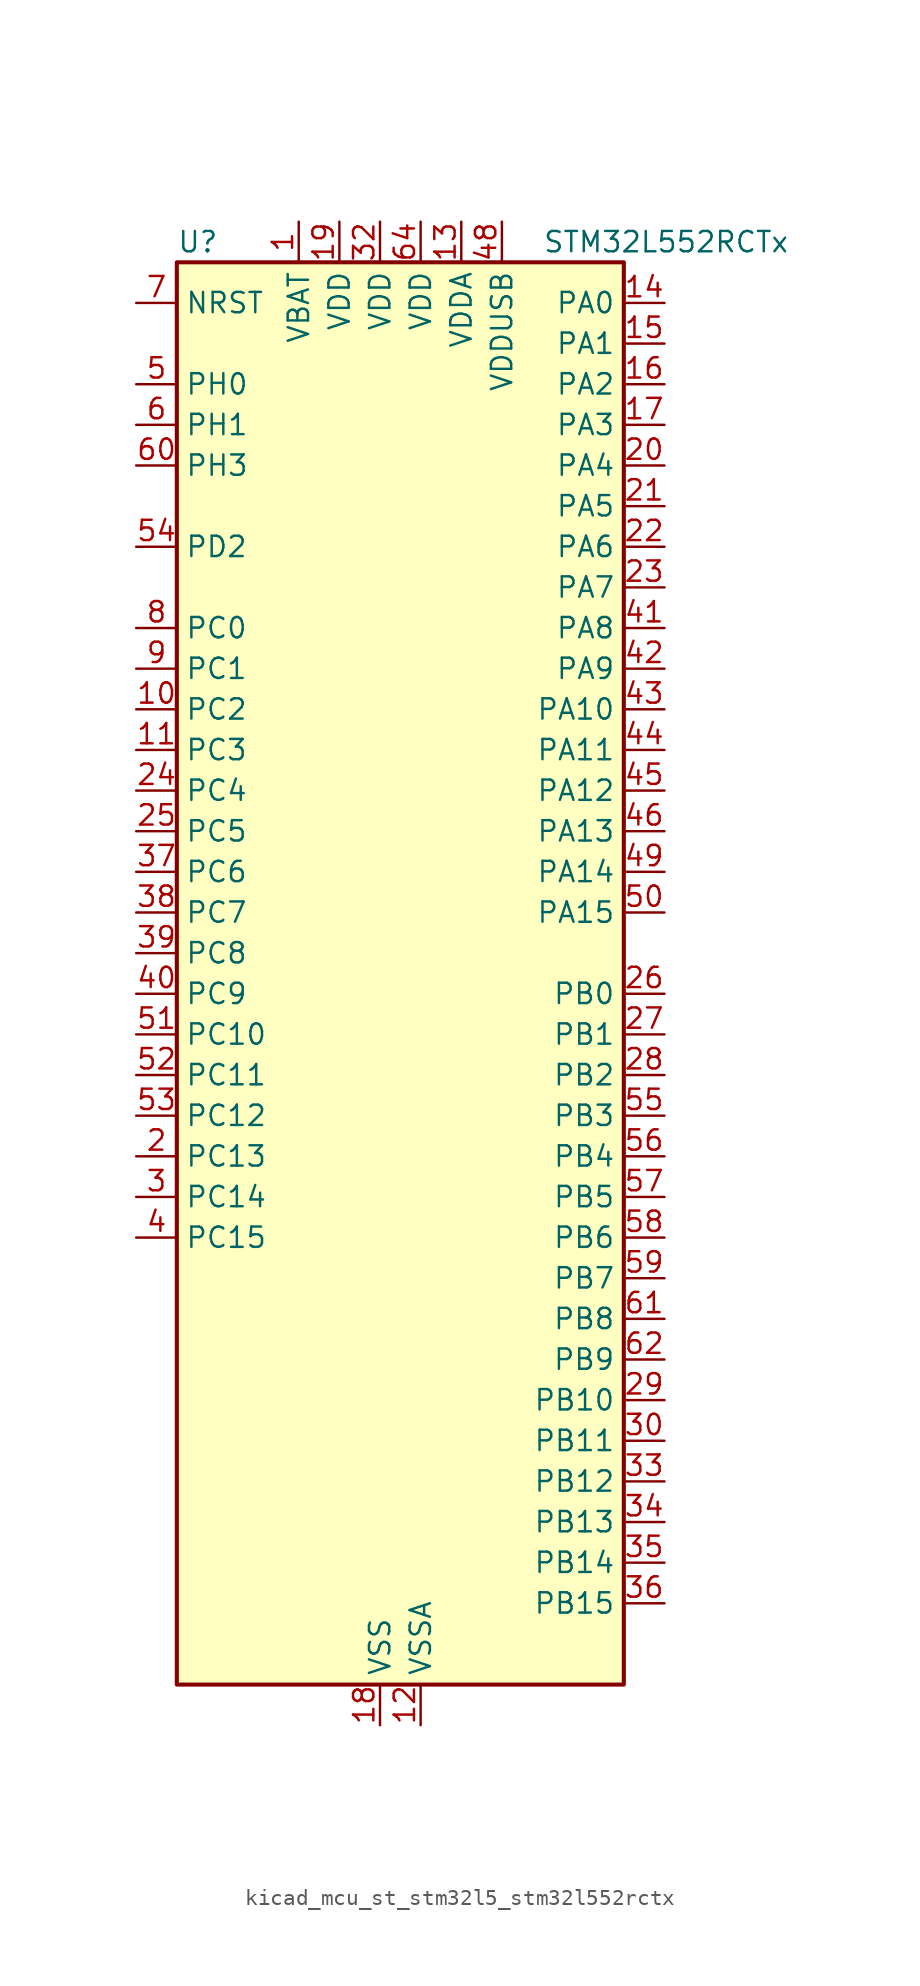
<source format=kicad_sym>
(kicad_symbol_lib
  (version 20220914)
  (generator kicad_symbol_editor)
  (symbol "kicad_mcu_st_stm32l5_stm32l552rctx"
    (property "Reference" "U"
      (at -12.7 46.99 0)
      (effects (font (size 1.27 1.27)) (justify left)))
    (property "Value" "STM32L552RCTx"
      (at 10.16 46.99 0)
      (effects (font (size 1.27 1.27)) (justify left)))
    (property "ki_locked" ""
      (at 0 0 0)
      (effects (font (size 1.27 1.27))))
    (symbol "kicad_mcu_st_stm32l5_stm32l552rctx_0_1"
      (rectangle (start -12.7 -43.18) (end 15.24 45.72) (stroke (width 0.254) (type default)) (fill (type background))))
    (symbol "kicad_mcu_st_stm32l5_stm32l552rctx_1_1"
      (pin power_in line (at -5.08 48.26 270) (length 2.54) (name "VBAT" (effects (font (size 1.27 1.27)))) (number "1" (effects (font (size 1.27 1.27)))))
      (pin bidirectional line (at -15.24 17.78 0) (length 2.54) (name "PC2" (effects (font (size 1.27 1.27)))) (number "10" (effects (font (size 1.27 1.27)))) (alternate "ADC1_IN3" bidirectional line) (alternate "ADC2_IN3" bidirectional line) (alternate "DFSDM1_CKOUT" bidirectional line) (alternate "LPTIM1_IN2" bidirectional line) (alternate "OCTOSPI1_IO5" bidirectional line) (alternate "SPI2_MISO" bidirectional line))
      (pin bidirectional line (at -15.24 15.24 0) (length 2.54) (name "PC3" (effects (font (size 1.27 1.27)))) (number "11" (effects (font (size 1.27 1.27)))) (alternate "ADC1_IN4" bidirectional line) (alternate "ADC2_IN4" bidirectional line) (alternate "LPTIM1_ETR" bidirectional line) (alternate "LPTIM2_ETR" bidirectional line) (alternate "LPTIM3_OUT" bidirectional line) (alternate "OCTOSPI1_IO6" bidirectional line) (alternate "SAI1_D1" bidirectional line) (alternate "SAI1_SD_A" bidirectional line) (alternate "SPI2_MOSI" bidirectional line))
      (pin power_in line (at 2.54 -45.72 90) (length 2.54) (name "VSSA" (effects (font (size 1.27 1.27)))) (number "12" (effects (font (size 1.27 1.27)))))
      (pin power_in line (at 5.08 48.26 270) (length 2.54) (name "VDDA" (effects (font (size 1.27 1.27)))) (number "13" (effects (font (size 1.27 1.27)))))
      (pin bidirectional line (at 17.78 43.18 180) (length 2.54) (name "PA0" (effects (font (size 1.27 1.27)))) (number "14" (effects (font (size 1.27 1.27)))) (alternate "ADC1_IN5" bidirectional line) (alternate "ADC2_IN5" bidirectional line) (alternate "OPAMP1_VINP" bidirectional line) (alternate "PWR_WKUP1" bidirectional line) (alternate "SAI1_EXTCLK" bidirectional line) (alternate "TAMP_IN2" bidirectional line) (alternate "TAMP_OUT1" bidirectional line) (alternate "TIM2_CH1" bidirectional line) (alternate "TIM2_ETR" bidirectional line) (alternate "TIM5_CH1" bidirectional line) (alternate "TIM8_ETR" bidirectional line) (alternate "UART4_TX" bidirectional line) (alternate "USART2_CTS" bidirectional line) (alternate "USART2_NSS" bidirectional line))
      (pin bidirectional line (at 17.78 40.64 180) (length 2.54) (name "PA1" (effects (font (size 1.27 1.27)))) (number "15" (effects (font (size 1.27 1.27)))) (alternate "ADC1_IN6" bidirectional line) (alternate "ADC2_IN6" bidirectional line) (alternate "I2C1_SMBA" bidirectional line) (alternate "OCTOSPI1_DQS" bidirectional line) (alternate "OPAMP1_VINM" bidirectional line) (alternate "SPI1_SCK" bidirectional line) (alternate "TAMP_IN5" bidirectional line) (alternate "TAMP_OUT4" bidirectional line) (alternate "TIM15_CH1N" bidirectional line) (alternate "TIM2_CH2" bidirectional line) (alternate "TIM5_CH2" bidirectional line) (alternate "UART4_RX" bidirectional line) (alternate "USART2_DE" bidirectional line) (alternate "USART2_RTS" bidirectional line))
      (pin bidirectional line (at 17.78 38.1 180) (length 2.54) (name "PA2" (effects (font (size 1.27 1.27)))) (number "16" (effects (font (size 1.27 1.27)))) (alternate "ADC1_IN7" bidirectional line) (alternate "ADC2_IN7" bidirectional line) (alternate "COMP1_INP" bidirectional line) (alternate "LPUART1_TX" bidirectional line) (alternate "OCTOSPI1_NCS" bidirectional line) (alternate "PWR_WKUP4" bidirectional line) (alternate "RCC_LSCO" bidirectional line) (alternate "SAI2_EXTCLK" bidirectional line) (alternate "TIM15_CH1" bidirectional line) (alternate "TIM2_CH3" bidirectional line) (alternate "TIM5_CH3" bidirectional line) (alternate "UCPD1_FRSTX1" bidirectional line) (alternate "USART2_TX" bidirectional line))
      (pin bidirectional line (at 17.78 35.56 180) (length 2.54) (name "PA3" (effects (font (size 1.27 1.27)))) (number "17" (effects (font (size 1.27 1.27)))) (alternate "ADC1_IN8" bidirectional line) (alternate "ADC2_IN8" bidirectional line) (alternate "LPUART1_RX" bidirectional line) (alternate "OCTOSPI1_CLK" bidirectional line) (alternate "OPAMP1_VOUT" bidirectional line) (alternate "SAI1_CK1" bidirectional line) (alternate "SAI1_MCLK_A" bidirectional line) (alternate "TIM15_CH2" bidirectional line) (alternate "TIM2_CH4" bidirectional line) (alternate "TIM5_CH4" bidirectional line) (alternate "USART2_RX" bidirectional line))
      (pin power_in line (at 0 -45.72 90) (length 2.54) (name "VSS" (effects (font (size 1.27 1.27)))) (number "18" (effects (font (size 1.27 1.27)))))
      (pin power_in line (at -2.54 48.26 270) (length 2.54) (name "VDD" (effects (font (size 1.27 1.27)))) (number "19" (effects (font (size 1.27 1.27)))))
      (pin bidirectional line (at -15.24 -10.16 0) (length 2.54) (name "PC13" (effects (font (size 1.27 1.27)))) (number "2" (effects (font (size 1.27 1.27)))) (alternate "PWR_WKUP2" bidirectional line) (alternate "RTC_OUT1" bidirectional line) (alternate "RTC_TS" bidirectional line) (alternate "TAMP_IN1" bidirectional line) (alternate "TAMP_OUT2" bidirectional line))
      (pin bidirectional line (at 17.78 33.02 180) (length 2.54) (name "PA4" (effects (font (size 1.27 1.27)))) (number "20" (effects (font (size 1.27 1.27)))) (alternate "ADC1_IN9" bidirectional line) (alternate "ADC2_IN9" bidirectional line) (alternate "DAC1_OUT1" bidirectional line) (alternate "LPTIM2_OUT" bidirectional line) (alternate "OCTOSPI1_NCS" bidirectional line) (alternate "SAI1_FS_B" bidirectional line) (alternate "SPI1_NSS" bidirectional line) (alternate "SPI3_NSS" bidirectional line) (alternate "USART2_CK" bidirectional line))
      (pin bidirectional line (at 17.78 30.48 180) (length 2.54) (name "PA5" (effects (font (size 1.27 1.27)))) (number "21" (effects (font (size 1.27 1.27)))) (alternate "ADC1_IN10" bidirectional line) (alternate "ADC2_IN10" bidirectional line) (alternate "DAC1_OUT2" bidirectional line) (alternate "LPTIM2_ETR" bidirectional line) (alternate "SPI1_SCK" bidirectional line) (alternate "TIM2_CH1" bidirectional line) (alternate "TIM2_ETR" bidirectional line) (alternate "TIM8_CH1N" bidirectional line))
      (pin bidirectional line (at 17.78 27.94 180) (length 2.54) (name "PA6" (effects (font (size 1.27 1.27)))) (number "22" (effects (font (size 1.27 1.27)))) (alternate "ADC1_IN11" bidirectional line) (alternate "ADC2_IN11" bidirectional line) (alternate "LPUART1_CTS" bidirectional line) (alternate "OCTOSPI1_IO3" bidirectional line) (alternate "OPAMP2_VINP" bidirectional line) (alternate "SPI1_MISO" bidirectional line) (alternate "TIM16_CH1" bidirectional line) (alternate "TIM1_BKIN" bidirectional line) (alternate "TIM3_CH1" bidirectional line) (alternate "TIM8_BKIN" bidirectional line) (alternate "USART3_CTS" bidirectional line) (alternate "USART3_NSS" bidirectional line))
      (pin bidirectional line (at 17.78 25.4 180) (length 2.54) (name "PA7" (effects (font (size 1.27 1.27)))) (number "23" (effects (font (size 1.27 1.27)))) (alternate "ADC1_IN12" bidirectional line) (alternate "ADC2_IN12" bidirectional line) (alternate "I2C3_SCL" bidirectional line) (alternate "OCTOSPI1_IO2" bidirectional line) (alternate "OPAMP2_VINM" bidirectional line) (alternate "SPI1_MOSI" bidirectional line) (alternate "TIM17_CH1" bidirectional line) (alternate "TIM1_CH1N" bidirectional line) (alternate "TIM3_CH2" bidirectional line) (alternate "TIM8_CH1N" bidirectional line))
      (pin bidirectional line (at -15.24 12.7 0) (length 2.54) (name "PC4" (effects (font (size 1.27 1.27)))) (number "24" (effects (font (size 1.27 1.27)))) (alternate "ADC1_IN13" bidirectional line) (alternate "ADC2_IN13" bidirectional line) (alternate "COMP1_INM" bidirectional line) (alternate "OCTOSPI1_IO7" bidirectional line) (alternate "USART3_TX" bidirectional line))
      (pin bidirectional line (at -15.24 10.16 0) (length 2.54) (name "PC5" (effects (font (size 1.27 1.27)))) (number "25" (effects (font (size 1.27 1.27)))) (alternate "ADC1_IN14" bidirectional line) (alternate "ADC2_IN14" bidirectional line) (alternate "COMP1_INP" bidirectional line) (alternate "PWR_WKUP5" bidirectional line) (alternate "SAI1_D3" bidirectional line) (alternate "TAMP_IN4" bidirectional line) (alternate "TAMP_OUT5" bidirectional line) (alternate "USART3_RX" bidirectional line))
      (pin bidirectional line (at 17.78 0 180) (length 2.54) (name "PB0" (effects (font (size 1.27 1.27)))) (number "26" (effects (font (size 1.27 1.27)))) (alternate "ADC1_IN15" bidirectional line) (alternate "ADC2_IN15" bidirectional line) (alternate "COMP1_OUT" bidirectional line) (alternate "OCTOSPI1_IO1" bidirectional line) (alternate "OPAMP2_VOUT" bidirectional line) (alternate "SAI1_EXTCLK" bidirectional line) (alternate "SPI1_NSS" bidirectional line) (alternate "TIM1_CH2N" bidirectional line) (alternate "TIM3_CH3" bidirectional line) (alternate "TIM8_CH2N" bidirectional line) (alternate "USART3_CK" bidirectional line))
      (pin bidirectional line (at 17.78 -2.54 180) (length 2.54) (name "PB1" (effects (font (size 1.27 1.27)))) (number "27" (effects (font (size 1.27 1.27)))) (alternate "ADC1_IN16" bidirectional line) (alternate "ADC2_IN16" bidirectional line) (alternate "COMP1_INM" bidirectional line) (alternate "DFSDM1_DATIN0" bidirectional line) (alternate "LPTIM2_IN1" bidirectional line) (alternate "LPUART1_DE" bidirectional line) (alternate "LPUART1_RTS" bidirectional line) (alternate "OCTOSPI1_IO0" bidirectional line) (alternate "TIM1_CH3N" bidirectional line) (alternate "TIM3_CH4" bidirectional line) (alternate "TIM8_CH3N" bidirectional line) (alternate "USART3_DE" bidirectional line) (alternate "USART3_RTS" bidirectional line))
      (pin bidirectional line (at 17.78 -5.08 180) (length 2.54) (name "PB2" (effects (font (size 1.27 1.27)))) (number "28" (effects (font (size 1.27 1.27)))) (alternate "COMP1_INP" bidirectional line) (alternate "DFSDM1_CKIN0" bidirectional line) (alternate "I2C3_SMBA" bidirectional line) (alternate "LPTIM1_OUT" bidirectional line) (alternate "OCTOSPI1_DQS" bidirectional line) (alternate "RTC_OUT2" bidirectional line) (alternate "UCPD1_FRSTX1" bidirectional line))
      (pin bidirectional line (at 17.78 -25.4 180) (length 2.54) (name "PB10" (effects (font (size 1.27 1.27)))) (number "29" (effects (font (size 1.27 1.27)))) (alternate "COMP1_OUT" bidirectional line) (alternate "I2C2_SCL" bidirectional line) (alternate "I2C4_SCL" bidirectional line) (alternate "LPTIM3_OUT" bidirectional line) (alternate "LPUART1_RX" bidirectional line) (alternate "OCTOSPI1_CLK" bidirectional line) (alternate "SAI1_SCK_A" bidirectional line) (alternate "SPI2_SCK" bidirectional line) (alternate "TIM2_CH3" bidirectional line) (alternate "TSC_SYNC" bidirectional line) (alternate "USART3_TX" bidirectional line))
      (pin bidirectional line (at -15.24 -12.7 0) (length 2.54) (name "PC14" (effects (font (size 1.27 1.27)))) (number "3" (effects (font (size 1.27 1.27)))) (alternate "RCC_OSC32_IN" bidirectional line))
      (pin bidirectional line (at 17.78 -27.94 180) (length 2.54) (name "PB11" (effects (font (size 1.27 1.27)))) (number "30" (effects (font (size 1.27 1.27)))) (alternate "ADC1_EXTI11" bidirectional line) (alternate "ADC2_EXTI11" bidirectional line) (alternate "COMP2_OUT" bidirectional line) (alternate "I2C2_SDA" bidirectional line) (alternate "I2C4_SDA" bidirectional line) (alternate "LPUART1_TX" bidirectional line) (alternate "OCTOSPI1_NCS" bidirectional line) (alternate "TIM2_CH4" bidirectional line) (alternate "USART3_RX" bidirectional line))
      (pin passive line (at 0 -45.72 90) (length 2.54) hide (name "VSS" (effects (font (size 1.27 1.27)))) (number "31" (effects (font (size 1.27 1.27)))))
      (pin power_in line (at 0 48.26 270) (length 2.54) (name "VDD" (effects (font (size 1.27 1.27)))) (number "32" (effects (font (size 1.27 1.27)))))
      (pin bidirectional line (at 17.78 -30.48 180) (length 2.54) (name "PB12" (effects (font (size 1.27 1.27)))) (number "33" (effects (font (size 1.27 1.27)))) (alternate "DFSDM1_DATIN1" bidirectional line) (alternate "I2C2_SMBA" bidirectional line) (alternate "LPUART1_DE" bidirectional line) (alternate "LPUART1_RTS" bidirectional line) (alternate "OCTOSPI1_NCLK" bidirectional line) (alternate "SAI2_FS_A" bidirectional line) (alternate "SPI2_NSS" bidirectional line) (alternate "TIM15_BKIN" bidirectional line) (alternate "TIM1_BKIN" bidirectional line) (alternate "TSC_G1_IO1" bidirectional line) (alternate "USART3_CK" bidirectional line))
      (pin bidirectional line (at 17.78 -33.02 180) (length 2.54) (name "PB13" (effects (font (size 1.27 1.27)))) (number "34" (effects (font (size 1.27 1.27)))) (alternate "DFSDM1_CKIN1" bidirectional line) (alternate "I2C2_SCL" bidirectional line) (alternate "LPTIM3_IN1" bidirectional line) (alternate "LPUART1_CTS" bidirectional line) (alternate "SAI2_SCK_A" bidirectional line) (alternate "SPI2_SCK" bidirectional line) (alternate "TIM15_CH1N" bidirectional line) (alternate "TIM1_CH1N" bidirectional line) (alternate "TSC_G1_IO2" bidirectional line) (alternate "UCPD1_FRSTX2" bidirectional line) (alternate "USART3_CTS" bidirectional line) (alternate "USART3_NSS" bidirectional line))
      (pin bidirectional line (at 17.78 -35.56 180) (length 2.54) (name "PB14" (effects (font (size 1.27 1.27)))) (number "35" (effects (font (size 1.27 1.27)))) (alternate "DFSDM1_DATIN2" bidirectional line) (alternate "I2C2_SDA" bidirectional line) (alternate "LPTIM3_ETR" bidirectional line) (alternate "SAI2_MCLK_A" bidirectional line) (alternate "SPI2_MISO" bidirectional line) (alternate "TIM15_CH1" bidirectional line) (alternate "TIM1_CH2N" bidirectional line) (alternate "TIM8_CH2N" bidirectional line) (alternate "TSC_G1_IO3" bidirectional line) (alternate "UCPD1_DBCC2" bidirectional line) (alternate "USART3_DE" bidirectional line) (alternate "USART3_RTS" bidirectional line))
      (pin bidirectional line (at 17.78 -38.1 180) (length 2.54) (name "PB15" (effects (font (size 1.27 1.27)))) (number "36" (effects (font (size 1.27 1.27)))) (alternate "ADC1_EXTI15" bidirectional line) (alternate "ADC2_EXTI15" bidirectional line) (alternate "DFSDM1_CKIN2" bidirectional line) (alternate "RTC_REFIN" bidirectional line) (alternate "SAI2_SD_A" bidirectional line) (alternate "SPI2_MOSI" bidirectional line) (alternate "TIM15_CH2" bidirectional line) (alternate "TIM1_CH3N" bidirectional line) (alternate "TIM8_CH3N" bidirectional line) (alternate "UCPD1_CC2" bidirectional line))
      (pin bidirectional line (at -15.24 7.62 0) (length 2.54) (name "PC6" (effects (font (size 1.27 1.27)))) (number "37" (effects (font (size 1.27 1.27)))) (alternate "DFSDM1_CKIN3" bidirectional line) (alternate "SAI2_MCLK_A" bidirectional line) (alternate "SDMMC1_D0DIR" bidirectional line) (alternate "SDMMC1_D6" bidirectional line) (alternate "TIM3_CH1" bidirectional line) (alternate "TIM8_CH1" bidirectional line) (alternate "TSC_G4_IO1" bidirectional line))
      (pin bidirectional line (at -15.24 5.08 0) (length 2.54) (name "PC7" (effects (font (size 1.27 1.27)))) (number "38" (effects (font (size 1.27 1.27)))) (alternate "DFSDM1_DATIN3" bidirectional line) (alternate "SAI2_MCLK_B" bidirectional line) (alternate "SDMMC1_D123DIR" bidirectional line) (alternate "SDMMC1_D7" bidirectional line) (alternate "TIM3_CH2" bidirectional line) (alternate "TIM8_CH2" bidirectional line) (alternate "TSC_G4_IO2" bidirectional line))
      (pin bidirectional line (at -15.24 2.54 0) (length 2.54) (name "PC8" (effects (font (size 1.27 1.27)))) (number "39" (effects (font (size 1.27 1.27)))) (alternate "SDMMC1_D0" bidirectional line) (alternate "TIM3_CH3" bidirectional line) (alternate "TIM8_CH3" bidirectional line) (alternate "TSC_G4_IO3" bidirectional line))
      (pin bidirectional line (at -15.24 -15.24 0) (length 2.54) (name "PC15" (effects (font (size 1.27 1.27)))) (number "4" (effects (font (size 1.27 1.27)))) (alternate "ADC1_EXTI15" bidirectional line) (alternate "ADC2_EXTI15" bidirectional line) (alternate "RCC_OSC32_OUT" bidirectional line))
      (pin bidirectional line (at -15.24 0 0) (length 2.54) (name "PC9" (effects (font (size 1.27 1.27)))) (number "40" (effects (font (size 1.27 1.27)))) (alternate "DAC1_EXTI9" bidirectional line) (alternate "DEBUG_TRACED0" bidirectional line) (alternate "SAI2_EXTCLK" bidirectional line) (alternate "SDMMC1_D1" bidirectional line) (alternate "TIM3_CH4" bidirectional line) (alternate "TIM8_BKIN2" bidirectional line) (alternate "TIM8_CH4" bidirectional line) (alternate "TSC_G4_IO4" bidirectional line) (alternate "USB_NOE" bidirectional line))
      (pin bidirectional line (at 17.78 22.86 180) (length 2.54) (name "PA8" (effects (font (size 1.27 1.27)))) (number "41" (effects (font (size 1.27 1.27)))) (alternate "LPTIM2_OUT" bidirectional line) (alternate "RCC_MCO" bidirectional line) (alternate "SAI1_CK2" bidirectional line) (alternate "SAI1_SCK_A" bidirectional line) (alternate "TIM1_CH1" bidirectional line) (alternate "USART1_CK" bidirectional line))
      (pin bidirectional line (at 17.78 20.32 180) (length 2.54) (name "PA9" (effects (font (size 1.27 1.27)))) (number "42" (effects (font (size 1.27 1.27)))) (alternate "DAC1_EXTI9" bidirectional line) (alternate "SAI1_FS_A" bidirectional line) (alternate "SPI2_SCK" bidirectional line) (alternate "TIM15_BKIN" bidirectional line) (alternate "TIM1_CH2" bidirectional line) (alternate "USART1_TX" bidirectional line))
      (pin bidirectional line (at 17.78 17.78 180) (length 2.54) (name "PA10" (effects (font (size 1.27 1.27)))) (number "43" (effects (font (size 1.27 1.27)))) (alternate "CRS_SYNC" bidirectional line) (alternate "SAI1_D1" bidirectional line) (alternate "SAI1_SD_A" bidirectional line) (alternate "TIM17_BKIN" bidirectional line) (alternate "TIM1_CH3" bidirectional line) (alternate "USART1_RX" bidirectional line))
      (pin bidirectional line (at 17.78 15.24 180) (length 2.54) (name "PA11" (effects (font (size 1.27 1.27)))) (number "44" (effects (font (size 1.27 1.27)))) (alternate "ADC1_EXTI11" bidirectional line) (alternate "ADC2_EXTI11" bidirectional line) (alternate "FDCAN1_RX" bidirectional line) (alternate "SPI1_MISO" bidirectional line) (alternate "TIM1_BKIN2" bidirectional line) (alternate "TIM1_CH4" bidirectional line) (alternate "USART1_CTS" bidirectional line) (alternate "USART1_NSS" bidirectional line) (alternate "USB_DM" bidirectional line))
      (pin bidirectional line (at 17.78 12.7 180) (length 2.54) (name "PA12" (effects (font (size 1.27 1.27)))) (number "45" (effects (font (size 1.27 1.27)))) (alternate "FDCAN1_TX" bidirectional line) (alternate "SPI1_MOSI" bidirectional line) (alternate "TIM1_ETR" bidirectional line) (alternate "USART1_DE" bidirectional line) (alternate "USART1_RTS" bidirectional line) (alternate "USB_DP" bidirectional line))
      (pin bidirectional line (at 17.78 10.16 180) (length 2.54) (name "PA13" (effects (font (size 1.27 1.27)))) (number "46" (effects (font (size 1.27 1.27)))) (alternate "DEBUG_JTMS-SWDIO" bidirectional line) (alternate "IR_OUT" bidirectional line) (alternate "SAI1_SD_B" bidirectional line) (alternate "USB_NOE" bidirectional line))
      (pin passive line (at 0 -45.72 90) (length 2.54) hide (name "VSS" (effects (font (size 1.27 1.27)))) (number "47" (effects (font (size 1.27 1.27)))))
      (pin power_in line (at 7.62 48.26 270) (length 2.54) (name "VDDUSB" (effects (font (size 1.27 1.27)))) (number "48" (effects (font (size 1.27 1.27)))))
      (pin bidirectional line (at 17.78 7.62 180) (length 2.54) (name "PA14" (effects (font (size 1.27 1.27)))) (number "49" (effects (font (size 1.27 1.27)))) (alternate "DEBUG_JTCK-SWCLK" bidirectional line) (alternate "I2C1_SMBA" bidirectional line) (alternate "I2C4_SMBA" bidirectional line) (alternate "LPTIM1_OUT" bidirectional line) (alternate "SAI1_FS_B" bidirectional line))
      (pin bidirectional line (at -15.24 38.1 0) (length 2.54) (name "PH0" (effects (font (size 1.27 1.27)))) (number "5" (effects (font (size 1.27 1.27)))) (alternate "RCC_OSC_IN" bidirectional line))
      (pin bidirectional line (at 17.78 5.08 180) (length 2.54) (name "PA15" (effects (font (size 1.27 1.27)))) (number "50" (effects (font (size 1.27 1.27)))) (alternate "ADC1_EXTI15" bidirectional line) (alternate "ADC2_EXTI15" bidirectional line) (alternate "DEBUG_JTDI" bidirectional line) (alternate "SAI2_FS_B" bidirectional line) (alternate "SPI1_NSS" bidirectional line) (alternate "SPI3_NSS" bidirectional line) (alternate "TIM2_CH1" bidirectional line) (alternate "TIM2_ETR" bidirectional line) (alternate "UART4_DE" bidirectional line) (alternate "UART4_RTS" bidirectional line) (alternate "UCPD1_CC1" bidirectional line) (alternate "USART2_RX" bidirectional line) (alternate "USART3_DE" bidirectional line) (alternate "USART3_RTS" bidirectional line))
      (pin bidirectional line (at -15.24 -2.54 0) (length 2.54) (name "PC10" (effects (font (size 1.27 1.27)))) (number "51" (effects (font (size 1.27 1.27)))) (alternate "DEBUG_TRACED1" bidirectional line) (alternate "LPTIM3_ETR" bidirectional line) (alternate "SAI2_SCK_B" bidirectional line) (alternate "SDMMC1_D2" bidirectional line) (alternate "SPI3_SCK" bidirectional line) (alternate "TSC_G3_IO2" bidirectional line) (alternate "UART4_TX" bidirectional line) (alternate "USART3_TX" bidirectional line))
      (pin bidirectional line (at -15.24 -5.08 0) (length 2.54) (name "PC11" (effects (font (size 1.27 1.27)))) (number "52" (effects (font (size 1.27 1.27)))) (alternate "ADC1_EXTI11" bidirectional line) (alternate "ADC2_EXTI11" bidirectional line) (alternate "LPTIM3_IN1" bidirectional line) (alternate "OCTOSPI1_NCS" bidirectional line) (alternate "SAI2_MCLK_B" bidirectional line) (alternate "SDMMC1_D3" bidirectional line) (alternate "SPI3_MISO" bidirectional line) (alternate "TSC_G3_IO3" bidirectional line) (alternate "UART4_RX" bidirectional line) (alternate "UCPD1_FRSTX2" bidirectional line) (alternate "USART3_RX" bidirectional line))
      (pin bidirectional line (at -15.24 -7.62 0) (length 2.54) (name "PC12" (effects (font (size 1.27 1.27)))) (number "53" (effects (font (size 1.27 1.27)))) (alternate "DEBUG_TRACED3" bidirectional line) (alternate "SAI2_SD_B" bidirectional line) (alternate "SDMMC1_CK" bidirectional line) (alternate "SPI3_MOSI" bidirectional line) (alternate "TSC_G3_IO4" bidirectional line) (alternate "UART5_TX" bidirectional line) (alternate "USART3_CK" bidirectional line))
      (pin bidirectional line (at -15.24 27.94 0) (length 2.54) (name "PD2" (effects (font (size 1.27 1.27)))) (number "54" (effects (font (size 1.27 1.27)))) (alternate "DEBUG_TRACED2" bidirectional line) (alternate "SDMMC1_CMD" bidirectional line) (alternate "TIM3_ETR" bidirectional line) (alternate "TSC_SYNC" bidirectional line) (alternate "UART5_RX" bidirectional line) (alternate "USART3_DE" bidirectional line) (alternate "USART3_RTS" bidirectional line))
      (pin bidirectional line (at 17.78 -7.62 180) (length 2.54) (name "PB3" (effects (font (size 1.27 1.27)))) (number "55" (effects (font (size 1.27 1.27)))) (alternate "COMP2_INM" bidirectional line) (alternate "CRS_SYNC" bidirectional line) (alternate "DEBUG_JTDO-SWO" bidirectional line) (alternate "SAI1_SCK_B" bidirectional line) (alternate "SPI1_SCK" bidirectional line) (alternate "SPI3_SCK" bidirectional line) (alternate "TIM2_CH2" bidirectional line) (alternate "USART1_DE" bidirectional line) (alternate "USART1_RTS" bidirectional line))
      (pin bidirectional line (at 17.78 -10.16 180) (length 2.54) (name "PB4" (effects (font (size 1.27 1.27)))) (number "56" (effects (font (size 1.27 1.27)))) (alternate "COMP2_INP" bidirectional line) (alternate "DEBUG_JTRST" bidirectional line) (alternate "I2C3_SDA" bidirectional line) (alternate "SAI1_MCLK_B" bidirectional line) (alternate "SPI1_MISO" bidirectional line) (alternate "SPI3_MISO" bidirectional line) (alternate "TIM17_BKIN" bidirectional line) (alternate "TIM3_CH1" bidirectional line) (alternate "TSC_G2_IO1" bidirectional line) (alternate "UART5_DE" bidirectional line) (alternate "UART5_RTS" bidirectional line) (alternate "USART1_CTS" bidirectional line) (alternate "USART1_NSS" bidirectional line))
      (pin bidirectional line (at 17.78 -12.7 180) (length 2.54) (name "PB5" (effects (font (size 1.27 1.27)))) (number "57" (effects (font (size 1.27 1.27)))) (alternate "COMP2_OUT" bidirectional line) (alternate "I2C1_SMBA" bidirectional line) (alternate "LPTIM1_IN1" bidirectional line) (alternate "OCTOSPI1_NCLK" bidirectional line) (alternate "SAI1_SD_B" bidirectional line) (alternate "SPI1_MOSI" bidirectional line) (alternate "SPI3_MOSI" bidirectional line) (alternate "TIM16_BKIN" bidirectional line) (alternate "TIM3_CH2" bidirectional line) (alternate "TSC_G2_IO2" bidirectional line) (alternate "UART5_CTS" bidirectional line) (alternate "UCPD1_DBCC1" bidirectional line) (alternate "USART1_CK" bidirectional line))
      (pin bidirectional line (at 17.78 -15.24 180) (length 2.54) (name "PB6" (effects (font (size 1.27 1.27)))) (number "58" (effects (font (size 1.27 1.27)))) (alternate "COMP2_INP" bidirectional line) (alternate "I2C1_SCL" bidirectional line) (alternate "I2C4_SCL" bidirectional line) (alternate "LPTIM1_ETR" bidirectional line) (alternate "SAI1_FS_B" bidirectional line) (alternate "TIM16_CH1N" bidirectional line) (alternate "TIM4_CH1" bidirectional line) (alternate "TIM8_BKIN2" bidirectional line) (alternate "TSC_G2_IO3" bidirectional line) (alternate "USART1_TX" bidirectional line))
      (pin bidirectional line (at 17.78 -17.78 180) (length 2.54) (name "PB7" (effects (font (size 1.27 1.27)))) (number "59" (effects (font (size 1.27 1.27)))) (alternate "COMP2_INM" bidirectional line) (alternate "I2C1_SDA" bidirectional line) (alternate "I2C4_SDA" bidirectional line) (alternate "LPTIM1_IN2" bidirectional line) (alternate "PWR_PVD_IN" bidirectional line) (alternate "TIM17_CH1N" bidirectional line) (alternate "TIM4_CH2" bidirectional line) (alternate "TIM8_BKIN" bidirectional line) (alternate "TSC_G2_IO4" bidirectional line) (alternate "UART4_CTS" bidirectional line) (alternate "USART1_RX" bidirectional line))
      (pin bidirectional line (at -15.24 35.56 0) (length 2.54) (name "PH1" (effects (font (size 1.27 1.27)))) (number "6" (effects (font (size 1.27 1.27)))) (alternate "RCC_OSC_OUT" bidirectional line))
      (pin bidirectional line (at -15.24 33.02 0) (length 2.54) (name "PH3" (effects (font (size 1.27 1.27)))) (number "60" (effects (font (size 1.27 1.27)))))
      (pin bidirectional line (at 17.78 -20.32 180) (length 2.54) (name "PB8" (effects (font (size 1.27 1.27)))) (number "61" (effects (font (size 1.27 1.27)))) (alternate "DFSDM1_CKOUT" bidirectional line) (alternate "FDCAN1_RX" bidirectional line) (alternate "I2C1_SCL" bidirectional line) (alternate "SAI1_CK1" bidirectional line) (alternate "SAI1_MCLK_A" bidirectional line) (alternate "SDMMC1_CKIN" bidirectional line) (alternate "SDMMC1_D4" bidirectional line) (alternate "TIM16_CH1" bidirectional line) (alternate "TIM4_CH3" bidirectional line))
      (pin bidirectional line (at 17.78 -22.86 180) (length 2.54) (name "PB9" (effects (font (size 1.27 1.27)))) (number "62" (effects (font (size 1.27 1.27)))) (alternate "DAC1_EXTI9" bidirectional line) (alternate "FDCAN1_TX" bidirectional line) (alternate "I2C1_SDA" bidirectional line) (alternate "IR_OUT" bidirectional line) (alternate "SAI1_D2" bidirectional line) (alternate "SAI1_FS_A" bidirectional line) (alternate "SDMMC1_CDIR" bidirectional line) (alternate "SDMMC1_D5" bidirectional line) (alternate "SPI2_NSS" bidirectional line) (alternate "TIM17_CH1" bidirectional line) (alternate "TIM4_CH4" bidirectional line))
      (pin passive line (at 0 -45.72 90) (length 2.54) hide (name "VSS" (effects (font (size 1.27 1.27)))) (number "63" (effects (font (size 1.27 1.27)))))
      (pin power_in line (at 2.54 48.26 270) (length 2.54) (name "VDD" (effects (font (size 1.27 1.27)))) (number "64" (effects (font (size 1.27 1.27)))))
      (pin input line (at -15.24 43.18 0) (length 2.54) (name "NRST" (effects (font (size 1.27 1.27)))) (number "7" (effects (font (size 1.27 1.27)))))
      (pin bidirectional line (at -15.24 22.86 0) (length 2.54) (name "PC0" (effects (font (size 1.27 1.27)))) (number "8" (effects (font (size 1.27 1.27)))) (alternate "ADC1_IN1" bidirectional line) (alternate "ADC2_IN1" bidirectional line) (alternate "I2C3_SCL" bidirectional line) (alternate "LPTIM1_IN1" bidirectional line) (alternate "LPTIM2_IN1" bidirectional line) (alternate "LPUART1_RX" bidirectional line) (alternate "OCTOSPI1_IO7" bidirectional line) (alternate "SAI2_FS_A" bidirectional line) (alternate "SDMMC1_D5" bidirectional line))
      (pin bidirectional line (at -15.24 20.32 0) (length 2.54) (name "PC1" (effects (font (size 1.27 1.27)))) (number "9" (effects (font (size 1.27 1.27)))) (alternate "ADC1_IN2" bidirectional line) (alternate "ADC2_IN2" bidirectional line) (alternate "DEBUG_TRACED0" bidirectional line) (alternate "I2C3_SDA" bidirectional line) (alternate "LPTIM1_OUT" bidirectional line) (alternate "LPUART1_TX" bidirectional line) (alternate "OCTOSPI1_IO4" bidirectional line) (alternate "SAI1_SD_A" bidirectional line) (alternate "SPI2_MOSI" bidirectional line)))))
</source>
